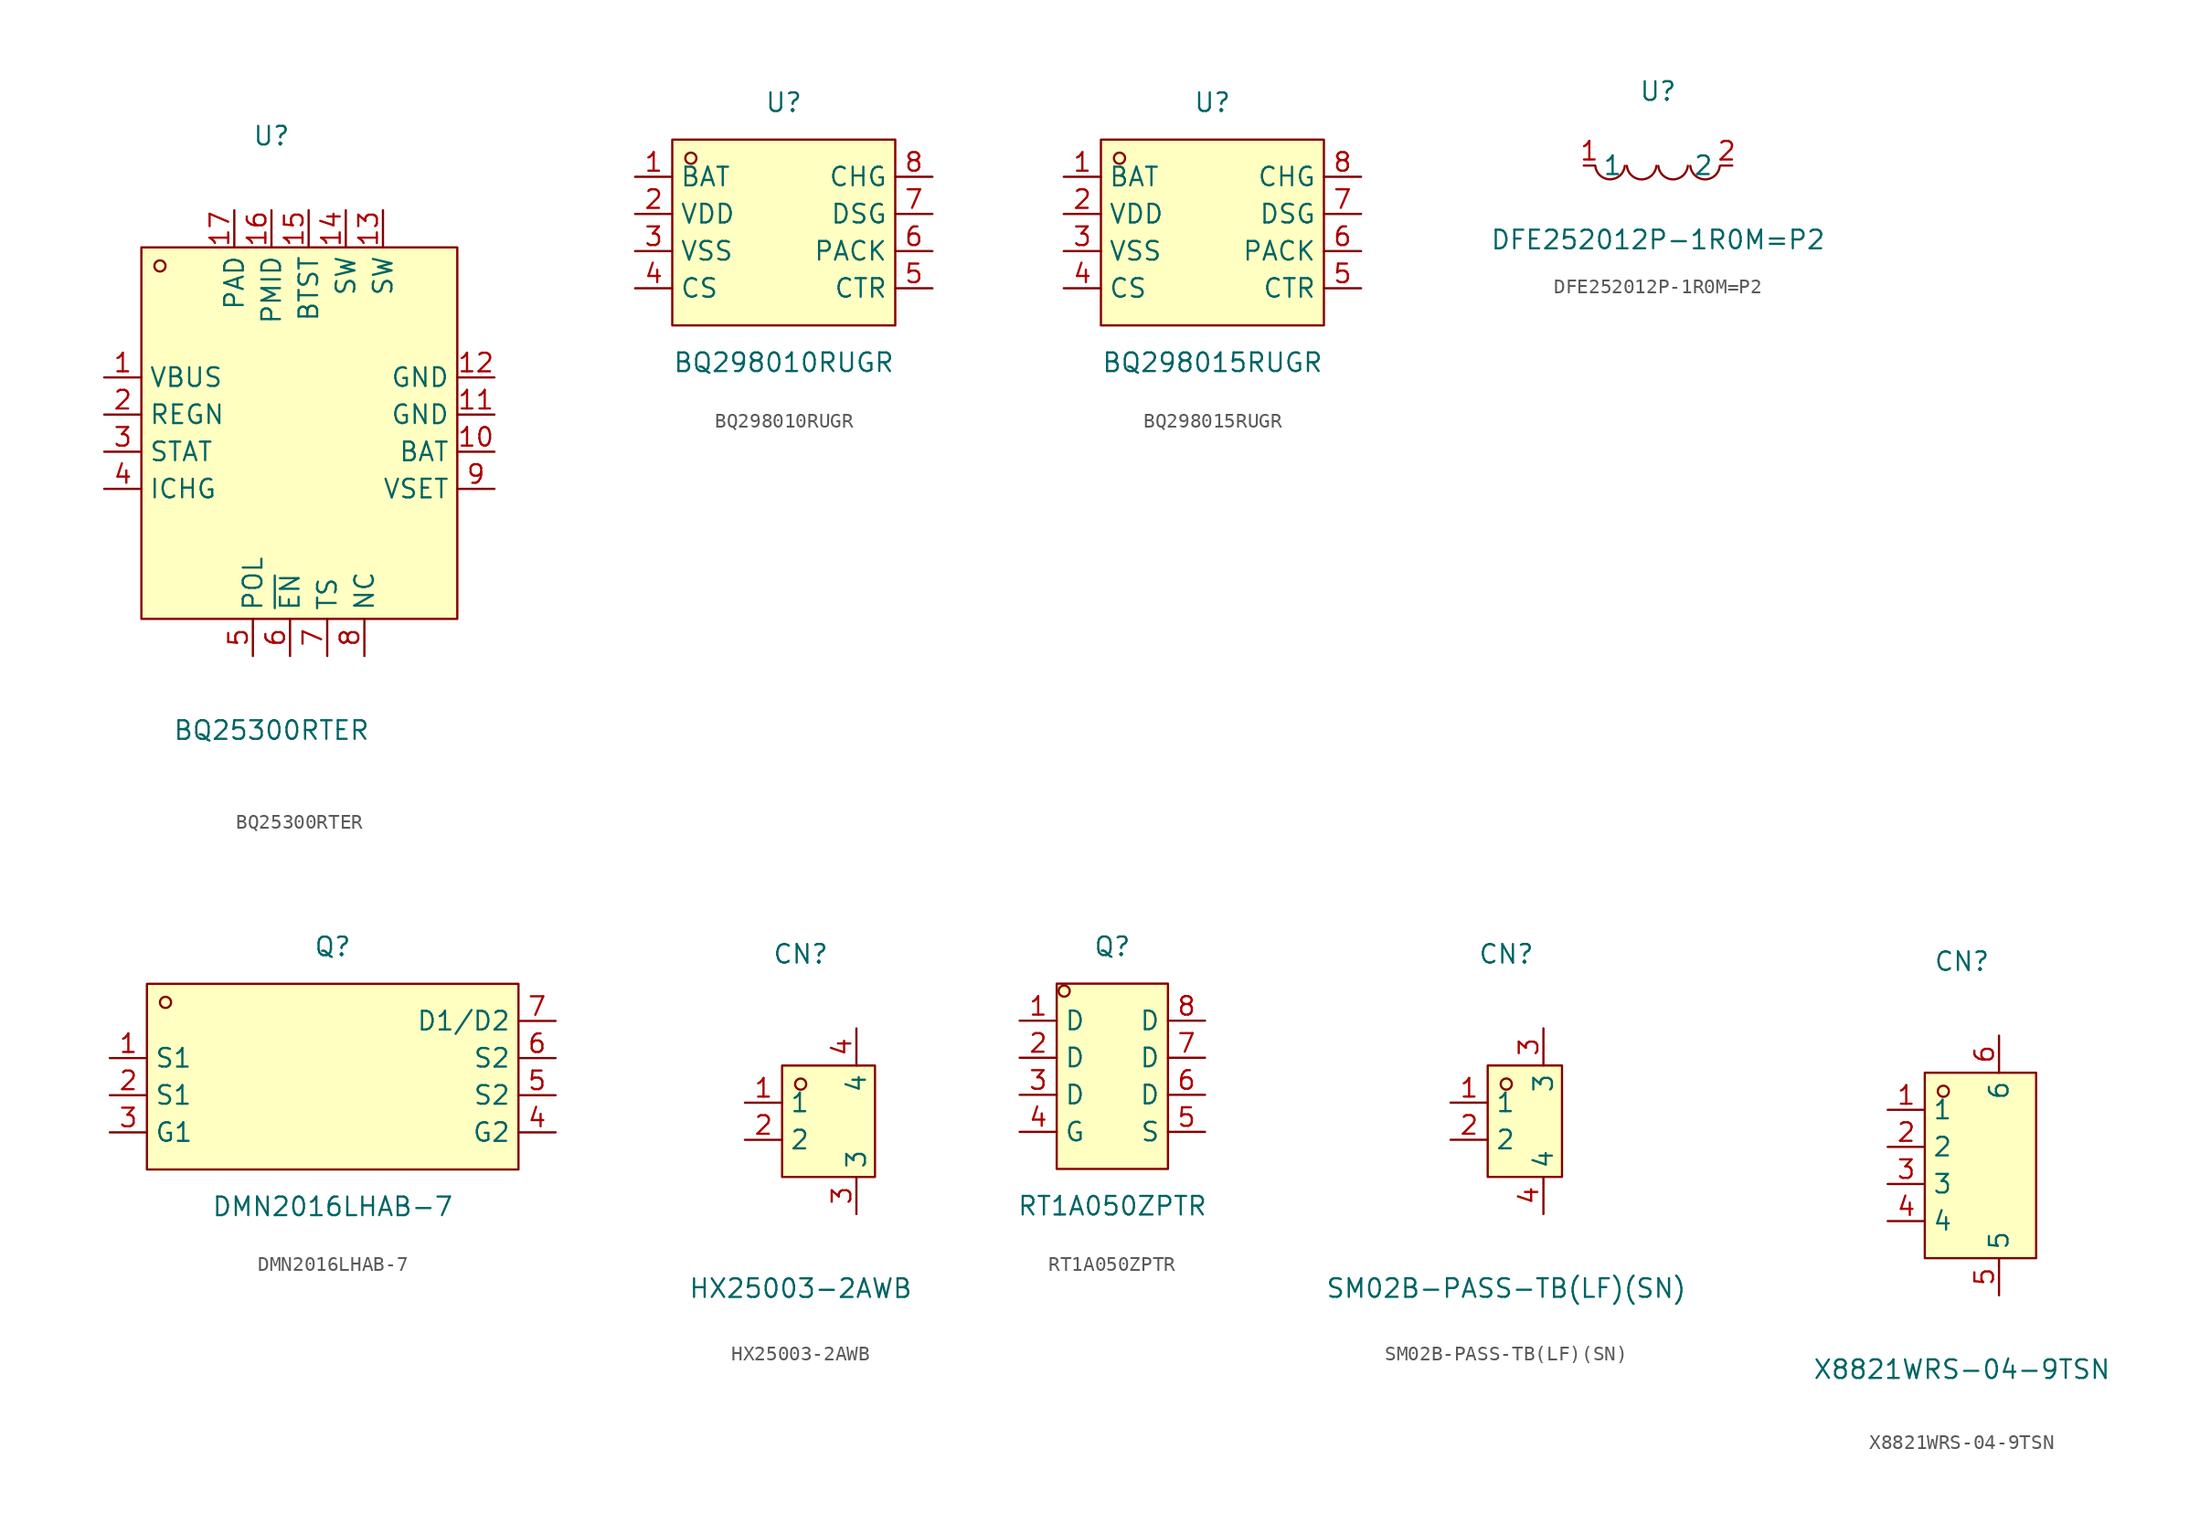
<source format=kicad_sym>
(kicad_symbol_lib
  (version 20211014)
  (generator https://github.com/uPesy/easyeda2kicad.py)
  (symbol "BQ25300RTER"
    (property "Reference" "U"
      (at 0 19.05 0)
      (effects (font (size 1.27 1.27))))
    (property "Value" "BQ25300RTER"
      (at 0 -21.59 0)
      (effects (font (size 1.27 1.27))))
    (symbol "BQ25300RTER_0_1"
      (rectangle (start -8.89 11.43) (end 12.70 -13.97) (stroke (width 0) (type default) (color 0 0 0 0)) (fill (type background)))
      (circle (center -7.62 10.16) (radius 0.38) (stroke (width 0) (type default) (color 0 0 0 0)) (fill (type none)))
      (pin unspecified line (at -11.43 2.54 0) (length 2.54) (name "VBUS" (effects (font (size 1.27 1.27)))) (number "1" (effects (font (size 1.27 1.27)))))
      (pin unspecified line (at -11.43 -0.00 0) (length 2.54) (name "REGN" (effects (font (size 1.27 1.27)))) (number "2" (effects (font (size 1.27 1.27)))))
      (pin unspecified line (at -11.43 -2.54 0) (length 2.54) (name "STAT" (effects (font (size 1.27 1.27)))) (number "3" (effects (font (size 1.27 1.27)))))
      (pin unspecified line (at -11.43 -5.08 0) (length 2.54) (name "ICHG" (effects (font (size 1.27 1.27)))) (number "4" (effects (font (size 1.27 1.27)))))
      (pin unspecified line (at -1.27 -16.51 90) (length 2.54) (name "POL" (effects (font (size 1.27 1.27)))) (number "5" (effects (font (size 1.27 1.27)))))
      (pin unspecified line (at 1.27 -16.51 90) (length 2.54) (name "~{EN}" (effects (font (size 1.27 1.27)))) (number "6" (effects (font (size 1.27 1.27)))))
      (pin unspecified line (at 3.81 -16.51 90) (length 2.54) (name "TS" (effects (font (size 1.27 1.27)))) (number "7" (effects (font (size 1.27 1.27)))))
      (pin unspecified line (at 6.35 -16.51 90) (length 2.54) (name "NC" (effects (font (size 1.27 1.27)))) (number "8" (effects (font (size 1.27 1.27)))))
      (pin unspecified line (at 15.24 -5.08 180) (length 2.54) (name "VSET" (effects (font (size 1.27 1.27)))) (number "9" (effects (font (size 1.27 1.27)))))
      (pin unspecified line (at 15.24 -2.54 180) (length 2.54) (name "BAT" (effects (font (size 1.27 1.27)))) (number "10" (effects (font (size 1.27 1.27)))))
      (pin unspecified line (at 15.24 -0.00 180) (length 2.54) (name "GND" (effects (font (size 1.27 1.27)))) (number "11" (effects (font (size 1.27 1.27)))))
      (pin unspecified line (at 15.24 2.54 180) (length 2.54) (name "GND" (effects (font (size 1.27 1.27)))) (number "12" (effects (font (size 1.27 1.27)))))
      (pin unspecified line (at 7.62 13.97 270) (length 2.54) (name "SW" (effects (font (size 1.27 1.27)))) (number "13" (effects (font (size 1.27 1.27)))))
      (pin unspecified line (at 5.08 13.97 270) (length 2.54) (name "SW" (effects (font (size 1.27 1.27)))) (number "14" (effects (font (size 1.27 1.27)))))
      (pin unspecified line (at 2.54 13.97 270) (length 2.54) (name "BTST" (effects (font (size 1.27 1.27)))) (number "15" (effects (font (size 1.27 1.27)))))
      (pin unspecified line (at 0.00 13.97 270) (length 2.54) (name "PMID" (effects (font (size 1.27 1.27)))) (number "16" (effects (font (size 1.27 1.27)))))
      (pin unspecified line (at -2.54 13.97 270) (length 2.54) (name "PAD" (effects (font (size 1.27 1.27)))) (number "17" (effects (font (size 1.27 1.27)))))))
  (symbol "BQ298010RUGR"
    (property "Reference" "U"
      (at 0 8.89 0)
      (effects (font (size 1.27 1.27))))
    (property "Value" "BQ298010RUGR"
      (at 0 -8.89 0)
      (effects (font (size 1.27 1.27))))
    (symbol "BQ298010RUGR_0_1"
      (rectangle (start -7.62 6.35) (end 7.62 -6.35) (stroke (width 0) (type default) (color 0 0 0 0)) (fill (type background)))
      (circle (center -6.35 5.08) (radius 0.38) (stroke (width 0) (type default) (color 0 0 0 0)) (fill (type none)))
      (pin unspecified line (at 10.16 3.81 180) (length 2.54) (name "CHG" (effects (font (size 1.27 1.27)))) (number "8" (effects (font (size 1.27 1.27)))))
      (pin unspecified line (at 10.16 1.27 180) (length 2.54) (name "DSG" (effects (font (size 1.27 1.27)))) (number "7" (effects (font (size 1.27 1.27)))))
      (pin unspecified line (at 10.16 -1.27 180) (length 2.54) (name "PACK" (effects (font (size 1.27 1.27)))) (number "6" (effects (font (size 1.27 1.27)))))
      (pin unspecified line (at 10.16 -3.81 180) (length 2.54) (name "CTR" (effects (font (size 1.27 1.27)))) (number "5" (effects (font (size 1.27 1.27)))))
      (pin unspecified line (at -10.16 -3.81 0) (length 2.54) (name "CS" (effects (font (size 1.27 1.27)))) (number "4" (effects (font (size 1.27 1.27)))))
      (pin unspecified line (at -10.16 -1.27 0) (length 2.54) (name "VSS" (effects (font (size 1.27 1.27)))) (number "3" (effects (font (size 1.27 1.27)))))
      (pin unspecified line (at -10.16 1.27 0) (length 2.54) (name "VDD" (effects (font (size 1.27 1.27)))) (number "2" (effects (font (size 1.27 1.27)))))
      (pin unspecified line (at -10.16 3.81 0) (length 2.54) (name "BAT" (effects (font (size 1.27 1.27)))) (number "1" (effects (font (size 1.27 1.27)))))))
  (symbol "BQ298015RUGR"
    (property "Reference" "U"
      (at 0 10.16 0)
      (effects (font (size 1.27 1.27))))
    (property "Value" "BQ298015RUGR"
      (at 0 -7.62 0)
      (effects (font (size 1.27 1.27))))
    (symbol "BQ298015RUGR_0_1"
      (rectangle (start -7.62 7.62) (end 7.62 -5.08) (stroke (width 0) (type default) (color 0 0 0 0)) (fill (type background)))
      (circle (center -6.35 6.35) (radius 0.38) (stroke (width 0) (type default) (color 0 0 0 0)) (fill (type none)))
      (pin unspecified line (at 10.16 5.08 180) (length 2.54) (name "CHG" (effects (font (size 1.27 1.27)))) (number "8" (effects (font (size 1.27 1.27)))))
      (pin unspecified line (at 10.16 2.54 180) (length 2.54) (name "DSG" (effects (font (size 1.27 1.27)))) (number "7" (effects (font (size 1.27 1.27)))))
      (pin unspecified line (at 10.16 -0.00 180) (length 2.54) (name "PACK" (effects (font (size 1.27 1.27)))) (number "6" (effects (font (size 1.27 1.27)))))
      (pin unspecified line (at 10.16 -2.54 180) (length 2.54) (name "CTR" (effects (font (size 1.27 1.27)))) (number "5" (effects (font (size 1.27 1.27)))))
      (pin unspecified line (at -10.16 -2.54 0) (length 2.54) (name "CS" (effects (font (size 1.27 1.27)))) (number "4" (effects (font (size 1.27 1.27)))))
      (pin unspecified line (at -10.16 -0.00 0) (length 2.54) (name "VSS" (effects (font (size 1.27 1.27)))) (number "3" (effects (font (size 1.27 1.27)))))
      (pin unspecified line (at -10.16 2.54 0) (length 2.54) (name "VDD" (effects (font (size 1.27 1.27)))) (number "2" (effects (font (size 1.27 1.27)))))
      (pin unspecified line (at -10.16 5.08 0) (length 2.54) (name "BAT" (effects (font (size 1.27 1.27)))) (number "1" (effects (font (size 1.27 1.27)))))))
  (symbol "DFE252012P-1R0M=P2"
    (property "Reference" "U"
      (at 0 5.08 0)
      (effects (font (size 1.27 1.27))))
    (property "Value" "DFE252012P-1R0M=P2"
      (at 0 -5.08 0)
      (effects (font (size 1.27 1.27))))
    (symbol "DFE252012P-1R0M=P2_0_1"
      (arc (start 2.21 -0.02) (mid 3.68 -1.01) (end 4.23 -0.02) (stroke (width 0) (type default) (color 0 0 0 0)) (fill (type none)))
      (arc (start 0.02 -0.02) (mid 1.49 -1.01) (end 2.04 -0.02) (stroke (width 0) (type default) (color 0 0 0 0)) (fill (type none)))
      (arc (start -2.13 -0.02) (mid -0.66 -1.01) (end -0.11 -0.02) (stroke (width 0) (type default) (color 0 0 0 0)) (fill (type none)))
      (arc (start -4.29 -0.02) (mid -2.81 -1.01) (end -2.27 -0.02) (stroke (width 0) (type default) (color 0 0 0 0)) (fill (type none)))
      (pin unspecified line (at -5.08 -0.00 0) (length 0.762) (name "1" (effects (font (size 1.27 1.27)))) (number "1" (effects (font (size 1.27 1.27)))))
      (pin unspecified line (at 5.08 -0.00 180) (length 0.762) (name "2" (effects (font (size 1.27 1.27)))) (number "2" (effects (font (size 1.27 1.27)))))))
  (symbol "DMN2016LHAB-7"
    (property "Reference" "Q"
      (at 0 7.62 0)
      (effects (font (size 1.27 1.27))))
    (property "Value" "DMN2016LHAB-7"
      (at 0 -10.16 0)
      (effects (font (size 1.27 1.27))))
    (symbol "DMN2016LHAB-7_0_1"
      (rectangle (start -12.70 5.08) (end 12.70 -7.62) (stroke (width 0) (type default) (color 0 0 0 0)) (fill (type background)))
      (circle (center -11.43 3.81) (radius 0.38) (stroke (width 0) (type default) (color 0 0 0 0)) (fill (type none)))
      (pin unspecified line (at -15.24 -0.00 0) (length 2.54) (name "S1" (effects (font (size 1.27 1.27)))) (number "1" (effects (font (size 1.27 1.27)))))
      (pin unspecified line (at -15.24 -2.54 0) (length 2.54) (name "S1" (effects (font (size 1.27 1.27)))) (number "2" (effects (font (size 1.27 1.27)))))
      (pin unspecified line (at -15.24 -5.08 0) (length 2.54) (name "G1" (effects (font (size 1.27 1.27)))) (number "3" (effects (font (size 1.27 1.27)))))
      (pin unspecified line (at 15.24 -5.08 180) (length 2.54) (name "G2" (effects (font (size 1.27 1.27)))) (number "4" (effects (font (size 1.27 1.27)))))
      (pin unspecified line (at 15.24 -2.54 180) (length 2.54) (name "S2" (effects (font (size 1.27 1.27)))) (number "5" (effects (font (size 1.27 1.27)))))
      (pin unspecified line (at 15.24 -0.00 180) (length 2.54) (name "S2" (effects (font (size 1.27 1.27)))) (number "6" (effects (font (size 1.27 1.27)))))
      (pin unspecified line (at 15.24 2.54 180) (length 2.54) (name "D1/D2" (effects (font (size 1.27 1.27)))) (number "7" (effects (font (size 1.27 1.27)))))))
  (symbol "HX25003-2AWB"
    (property "Reference" "CN"
      (at 0 11.43 0)
      (effects (font (size 1.27 1.27))))
    (property "Value" "HX25003-2AWB"
      (at 0 -11.43 0)
      (effects (font (size 1.27 1.27))))
    (symbol "HX25003-2AWB_0_1"
      (rectangle (start -1.27 3.81) (end 5.08 -3.81) (stroke (width 0) (type default) (color 0 0 0 0)) (fill (type background)))
      (circle (center 0.00 2.54) (radius 0.38) (stroke (width 0) (type default) (color 0 0 0 0)) (fill (type none)))
      (pin unspecified line (at -3.81 1.27 0) (length 2.54) (name "1" (effects (font (size 1.27 1.27)))) (number "1" (effects (font (size 1.27 1.27)))))
      (pin unspecified line (at -3.81 -1.27 0) (length 2.54) (name "2" (effects (font (size 1.27 1.27)))) (number "2" (effects (font (size 1.27 1.27)))))
      (pin unspecified line (at 3.81 -6.35 90) (length 2.54) (name "3" (effects (font (size 1.27 1.27)))) (number "3" (effects (font (size 1.27 1.27)))))
      (pin unspecified line (at 3.81 6.35 270) (length 2.54) (name "4" (effects (font (size 1.27 1.27)))) (number "4" (effects (font (size 1.27 1.27)))))))
  (symbol "RT1A050ZPTR"
    (property "Reference" "Q"
      (at 0 10.16 0)
      (effects (font (size 1.27 1.27))))
    (property "Value" "RT1A050ZPTR"
      (at 0 -7.62 0)
      (effects (font (size 1.27 1.27))))
    (symbol "RT1A050ZPTR_0_1"
      (rectangle (start -3.81 7.62) (end 3.81 -5.08) (stroke (width 0) (type default) (color 0 0 0 0)) (fill (type background)))
      (circle (center -3.30 7.11) (radius 0.38) (stroke (width 0) (type default) (color 0 0 0 0)) (fill (type none)))
      (pin unspecified line (at -6.35 5.08 0) (length 2.54) (name "D" (effects (font (size 1.27 1.27)))) (number "1" (effects (font (size 1.27 1.27)))))
      (pin unspecified line (at -6.35 2.54 0) (length 2.54) (name "D" (effects (font (size 1.27 1.27)))) (number "2" (effects (font (size 1.27 1.27)))))
      (pin unspecified line (at -6.35 -0.00 0) (length 2.54) (name "D" (effects (font (size 1.27 1.27)))) (number "3" (effects (font (size 1.27 1.27)))))
      (pin unspecified line (at -6.35 -2.54 0) (length 2.54) (name "G" (effects (font (size 1.27 1.27)))) (number "4" (effects (font (size 1.27 1.27)))))
      (pin unspecified line (at 6.35 -2.54 180) (length 2.54) (name "S" (effects (font (size 1.27 1.27)))) (number "5" (effects (font (size 1.27 1.27)))))
      (pin unspecified line (at 6.35 -0.00 180) (length 2.54) (name "D" (effects (font (size 1.27 1.27)))) (number "6" (effects (font (size 1.27 1.27)))))
      (pin unspecified line (at 6.35 2.54 180) (length 2.54) (name "D" (effects (font (size 1.27 1.27)))) (number "7" (effects (font (size 1.27 1.27)))))
      (pin unspecified line (at 6.35 5.08 180) (length 2.54) (name "D" (effects (font (size 1.27 1.27)))) (number "8" (effects (font (size 1.27 1.27)))))))
  (symbol "SM02B-PASS-TB(LF)(SN)"
    (property "Reference" "CN"
      (at 0 11.43 0)
      (effects (font (size 1.27 1.27))))
    (property "Value" "SM02B-PASS-TB(LF)(SN)"
      (at 0 -11.43 0)
      (effects (font (size 1.27 1.27))))
    (symbol "SM02B-PASS-TB(LF)(SN)_0_1"
      (rectangle (start -1.27 3.81) (end 3.81 -3.81) (stroke (width 0) (type default) (color 0 0 0 0)) (fill (type background)))
      (circle (center 0.00 2.54) (radius 0.38) (stroke (width 0) (type default) (color 0 0 0 0)) (fill (type none)))
      (pin unspecified line (at -3.81 1.27 0) (length 2.54) (name "1" (effects (font (size 1.27 1.27)))) (number "1" (effects (font (size 1.27 1.27)))))
      (pin unspecified line (at -3.81 -1.27 0) (length 2.54) (name "2" (effects (font (size 1.27 1.27)))) (number "2" (effects (font (size 1.27 1.27)))))
      (pin unspecified line (at 2.54 6.35 270) (length 2.54) (name "3" (effects (font (size 1.27 1.27)))) (number "3" (effects (font (size 1.27 1.27)))))
      (pin unspecified line (at 2.54 -6.35 90) (length 2.54) (name "4" (effects (font (size 1.27 1.27)))) (number "4" (effects (font (size 1.27 1.27)))))))
  (symbol "X8821WRS-04-9TSN"
    (property "Reference" "CN"
      (at 0 13.97 0)
      (effects (font (size 1.27 1.27))))
    (property "Value" "X8821WRS-04-9TSN"
      (at 0 -13.97 0)
      (effects (font (size 1.27 1.27))))
    (symbol "X8821WRS-04-9TSN_0_1"
      (rectangle (start -2.54 6.35) (end 5.08 -6.35) (stroke (width 0) (type default) (color 0 0 0 0)) (fill (type background)))
      (circle (center -1.27 5.08) (radius 0.38) (stroke (width 0) (type default) (color 0 0 0 0)) (fill (type none)))
      (pin unspecified line (at -5.08 3.81 0) (length 2.54) (name "1" (effects (font (size 1.27 1.27)))) (number "1" (effects (font (size 1.27 1.27)))))
      (pin unspecified line (at -5.08 1.27 0) (length 2.54) (name "2" (effects (font (size 1.27 1.27)))) (number "2" (effects (font (size 1.27 1.27)))))
      (pin unspecified line (at -5.08 -1.27 0) (length 2.54) (name "3" (effects (font (size 1.27 1.27)))) (number "3" (effects (font (size 1.27 1.27)))))
      (pin unspecified line (at -5.08 -3.81 0) (length 2.54) (name "4" (effects (font (size 1.27 1.27)))) (number "4" (effects (font (size 1.27 1.27)))))
      (pin unspecified line (at 2.54 -8.89 90) (length 2.54) (name "5" (effects (font (size 1.27 1.27)))) (number "5" (effects (font (size 1.27 1.27)))))
      (pin unspecified line (at 2.54 8.89 270) (length 2.54) (name "6" (effects (font (size 1.27 1.27)))) (number "6" (effects (font (size 1.27 1.27))))))))
</source>
